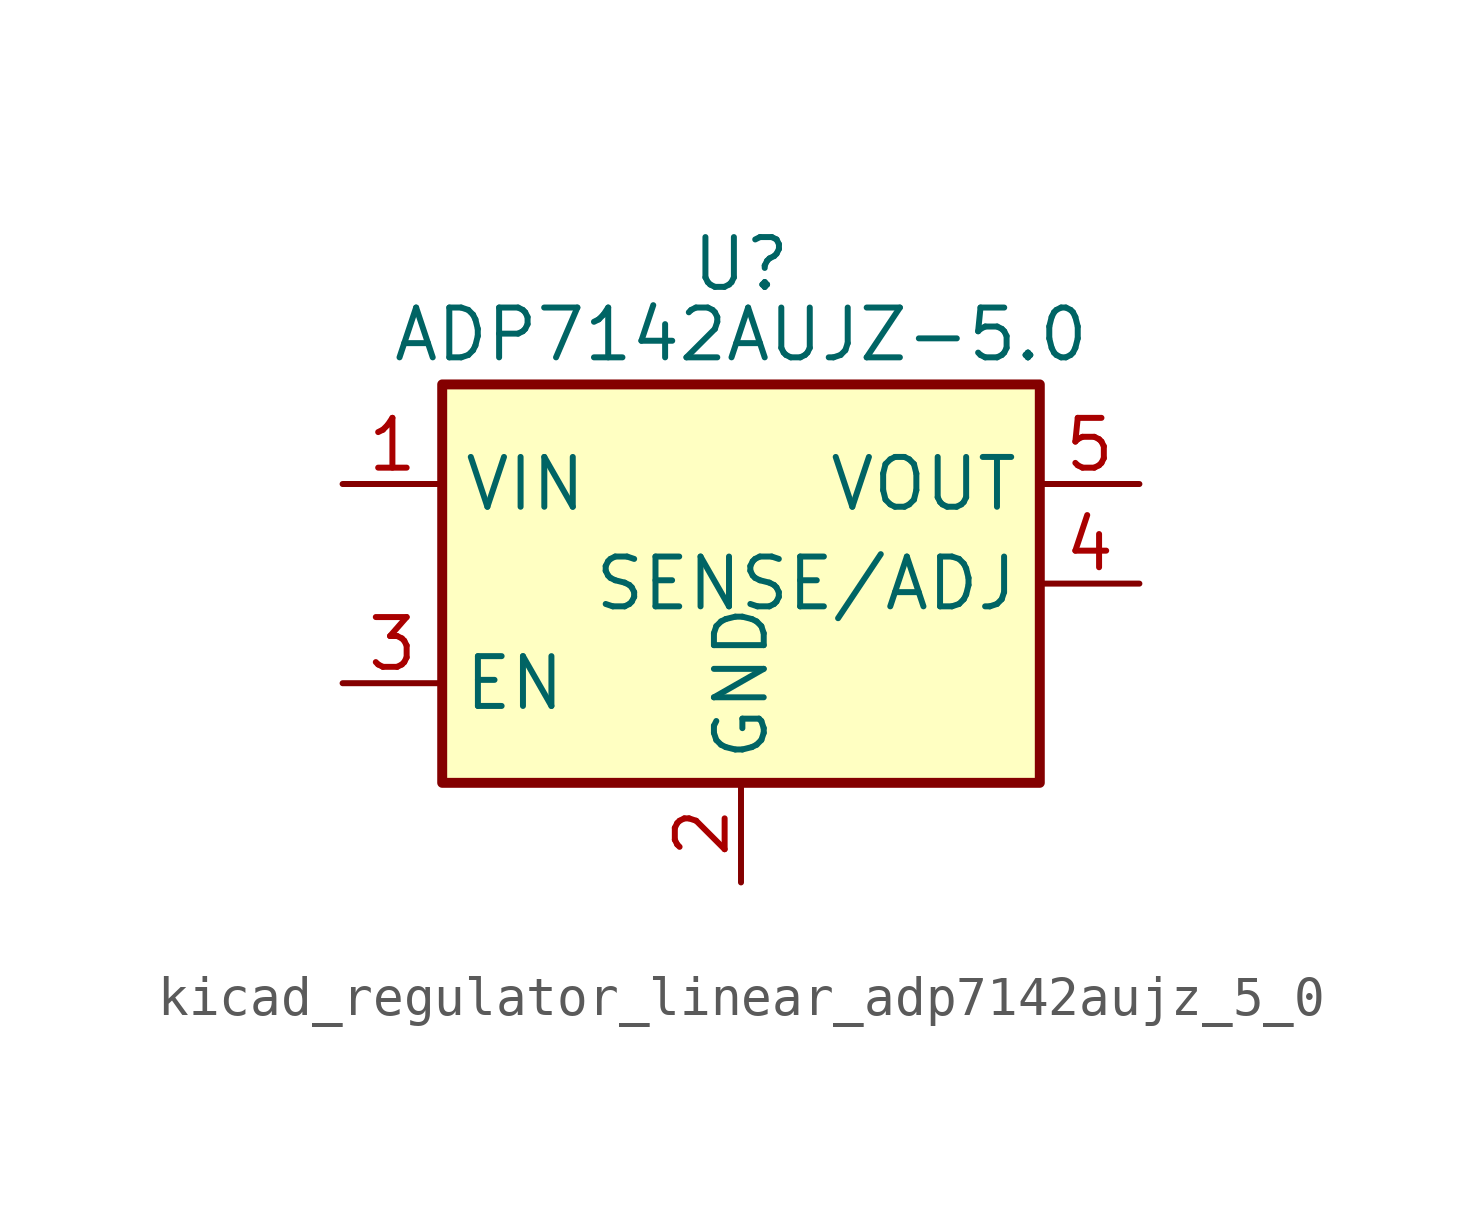
<source format=kicad_sym>
(kicad_symbol_lib
  (version 20220914)
  (generator kicad_symbol_editor)
  (symbol "kicad_regulator_linear_adp7142aujz_5_0"
    (property "Reference" "U"
      (at 0 8.89 0)
      (effects (font (size 1.27 1.27)) (justify top)))
    (property "Value" "ADP7142AUJZ-5.0"
      (at 0 6.35 0)
      (effects (font (size 1.27 1.27))))
    (symbol "kicad_regulator_linear_adp7142aujz_5_0_0_1"
      (rectangle (start -7.62 5.08) (end 7.62 -5.08) (stroke (width 0.254) (type default)) (fill (type background))))
    (symbol "kicad_regulator_linear_adp7142aujz_5_0_1_1"
      (pin power_in line (at -10.16 2.54 0) (length 2.54) (name "VIN" (effects (font (size 1.27 1.27)))) (number "1" (effects (font (size 1.27 1.27)))))
      (pin power_in line (at 0 -7.62 90) (length 2.54) (name "GND" (effects (font (size 1.27 1.27)))) (number "2" (effects (font (size 1.27 1.27)))))
      (pin input line (at -10.16 -2.54 0) (length 2.54) (name "EN" (effects (font (size 1.27 1.27)))) (number "3" (effects (font (size 1.27 1.27)))))
      (pin input line (at 10.16 0 180) (length 2.54) (name "SENSE/ADJ" (effects (font (size 1.27 1.27)))) (number "4" (effects (font (size 1.27 1.27)))))
      (pin power_out line (at 10.16 2.54 180) (length 2.54) (name "VOUT" (effects (font (size 1.27 1.27)))) (number "5" (effects (font (size 1.27 1.27))))))))
</source>
